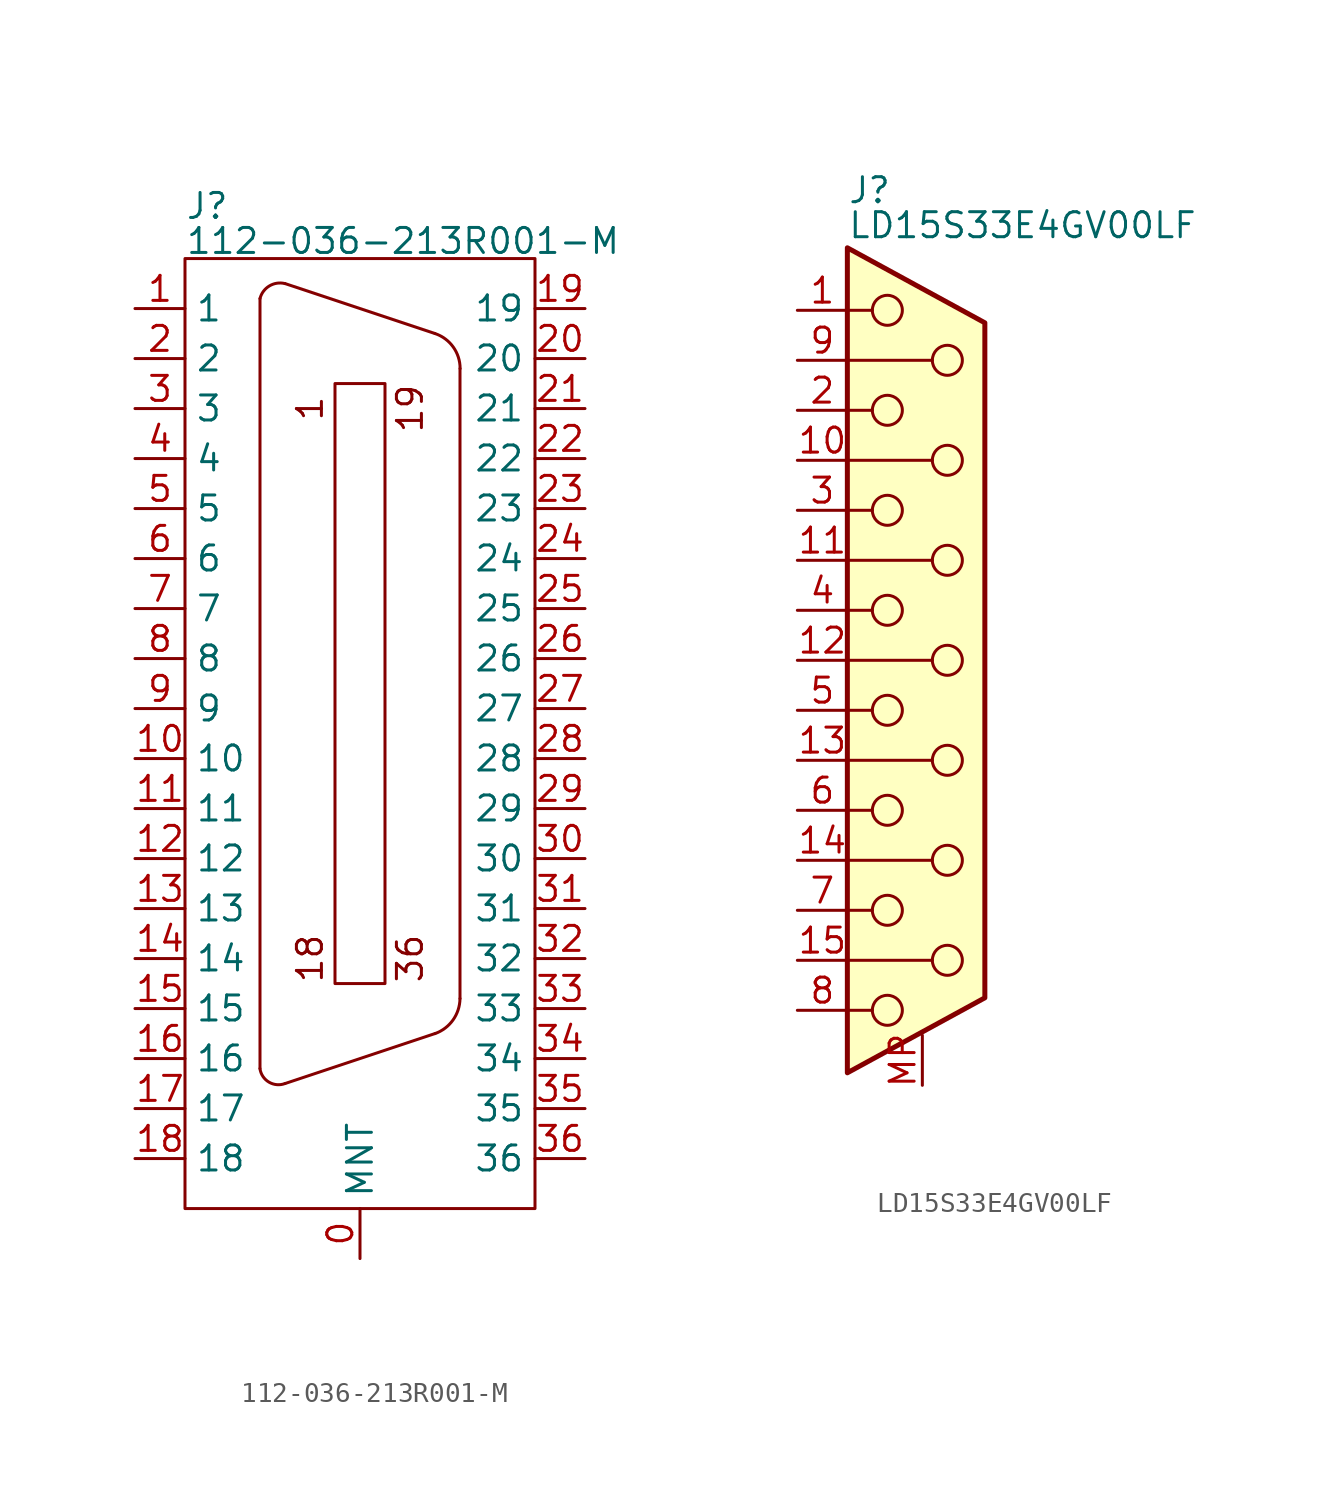
<source format=kicad_sym>
(kicad_symbol_lib
  (version 20231120)
  (generator "kicad_symbol_editor")
  (generator_version "8.0")
  (symbol "112-036-213R001-M"
    (property "Reference" "J"
      (at 3.81 2.667 0)
      (effects (font (size 1.27 1.27)) (justify left)))
    (property "Value" "112-036-213R001-M"
      (at 3.81 0.889 0)
      (effects (font (size 1.27 1.27)) (justify left)))
    (symbol "112-036-213R001-M_0_0"
      (pin passive line (at 12.7 -50.8 90) (length 2.54) (name "MNT" (effects (font (size 1.27 1.27)))) (number "0" (effects (font (size 1.27 1.27)))))
      (pin passive line (at 1.27 -2.54 0) (length 2.54) (name "1" (effects (font (size 1.27 1.27)))) (number "1" (effects (font (size 1.27 1.27)))))
      (pin passive line (at 1.27 -25.4 0) (length 2.54) (name "10" (effects (font (size 1.27 1.27)))) (number "10" (effects (font (size 1.27 1.27)))))
      (pin passive line (at 1.27 -27.94 0) (length 2.54) (name "11" (effects (font (size 1.27 1.27)))) (number "11" (effects (font (size 1.27 1.27)))))
      (pin passive line (at 1.27 -30.48 0) (length 2.54) (name "12" (effects (font (size 1.27 1.27)))) (number "12" (effects (font (size 1.27 1.27)))))
      (pin passive line (at 1.27 -33.02 0) (length 2.54) (name "13" (effects (font (size 1.27 1.27)))) (number "13" (effects (font (size 1.27 1.27)))))
      (pin passive line (at 1.27 -35.56 0) (length 2.54) (name "14" (effects (font (size 1.27 1.27)))) (number "14" (effects (font (size 1.27 1.27)))))
      (pin passive line (at 1.27 -38.1 0) (length 2.54) (name "15" (effects (font (size 1.27 1.27)))) (number "15" (effects (font (size 1.27 1.27)))))
      (pin passive line (at 1.27 -40.64 0) (length 2.54) (name "16" (effects (font (size 1.27 1.27)))) (number "16" (effects (font (size 1.27 1.27)))))
      (pin passive line (at 1.27 -43.18 0) (length 2.54) (name "17" (effects (font (size 1.27 1.27)))) (number "17" (effects (font (size 1.27 1.27)))))
      (pin passive line (at 1.27 -45.72 0) (length 2.54) (name "18" (effects (font (size 1.27 1.27)))) (number "18" (effects (font (size 1.27 1.27)))))
      (pin passive line (at 24.13 -2.54 180) (length 2.54) (name "19" (effects (font (size 1.27 1.27)))) (number "19" (effects (font (size 1.27 1.27)))))
      (pin passive line (at 1.27 -5.08 0) (length 2.54) (name "2" (effects (font (size 1.27 1.27)))) (number "2" (effects (font (size 1.27 1.27)))))
      (pin passive line (at 24.13 -5.08 180) (length 2.54) (name "20" (effects (font (size 1.27 1.27)))) (number "20" (effects (font (size 1.27 1.27)))))
      (pin passive line (at 24.13 -7.62 180) (length 2.54) (name "21" (effects (font (size 1.27 1.27)))) (number "21" (effects (font (size 1.27 1.27)))))
      (pin passive line (at 24.13 -10.16 180) (length 2.54) (name "22" (effects (font (size 1.27 1.27)))) (number "22" (effects (font (size 1.27 1.27)))))
      (pin passive line (at 24.13 -12.7 180) (length 2.54) (name "23" (effects (font (size 1.27 1.27)))) (number "23" (effects (font (size 1.27 1.27)))))
      (pin passive line (at 24.13 -15.24 180) (length 2.54) (name "24" (effects (font (size 1.27 1.27)))) (number "24" (effects (font (size 1.27 1.27)))))
      (pin passive line (at 24.13 -17.78 180) (length 2.54) (name "25" (effects (font (size 1.27 1.27)))) (number "25" (effects (font (size 1.27 1.27)))))
      (pin passive line (at 24.13 -20.32 180) (length 2.54) (name "26" (effects (font (size 1.27 1.27)))) (number "26" (effects (font (size 1.27 1.27)))))
      (pin passive line (at 24.13 -22.86 180) (length 2.54) (name "27" (effects (font (size 1.27 1.27)))) (number "27" (effects (font (size 1.27 1.27)))))
      (pin passive line (at 24.13 -25.4 180) (length 2.54) (name "28" (effects (font (size 1.27 1.27)))) (number "28" (effects (font (size 1.27 1.27)))))
      (pin passive line (at 24.13 -27.94 180) (length 2.54) (name "29" (effects (font (size 1.27 1.27)))) (number "29" (effects (font (size 1.27 1.27)))))
      (pin passive line (at 1.27 -7.62 0) (length 2.54) (name "3" (effects (font (size 1.27 1.27)))) (number "3" (effects (font (size 1.27 1.27)))))
      (pin passive line (at 24.13 -30.48 180) (length 2.54) (name "30" (effects (font (size 1.27 1.27)))) (number "30" (effects (font (size 1.27 1.27)))))
      (pin passive line (at 24.13 -33.02 180) (length 2.54) (name "31" (effects (font (size 1.27 1.27)))) (number "31" (effects (font (size 1.27 1.27)))))
      (pin passive line (at 24.13 -35.56 180) (length 2.54) (name "32" (effects (font (size 1.27 1.27)))) (number "32" (effects (font (size 1.27 1.27)))))
      (pin passive line (at 24.13 -38.1 180) (length 2.54) (name "33" (effects (font (size 1.27 1.27)))) (number "33" (effects (font (size 1.27 1.27)))))
      (pin passive line (at 24.13 -40.64 180) (length 2.54) (name "34" (effects (font (size 1.27 1.27)))) (number "34" (effects (font (size 1.27 1.27)))))
      (pin passive line (at 24.13 -43.18 180) (length 2.54) (name "35" (effects (font (size 1.27 1.27)))) (number "35" (effects (font (size 1.27 1.27)))))
      (pin passive line (at 24.13 -45.72 180) (length 2.54) (name "36" (effects (font (size 1.27 1.27)))) (number "36" (effects (font (size 1.27 1.27)))))
      (pin passive line (at 1.27 -10.16 0) (length 2.54) (name "4" (effects (font (size 1.27 1.27)))) (number "4" (effects (font (size 1.27 1.27)))))
      (pin passive line (at 1.27 -12.7 0) (length 2.54) (name "5" (effects (font (size 1.27 1.27)))) (number "5" (effects (font (size 1.27 1.27)))))
      (pin passive line (at 1.27 -15.24 0) (length 2.54) (name "6" (effects (font (size 1.27 1.27)))) (number "6" (effects (font (size 1.27 1.27)))))
      (pin passive line (at 1.27 -17.78 0) (length 2.54) (name "7" (effects (font (size 1.27 1.27)))) (number "7" (effects (font (size 1.27 1.27)))))
      (pin passive line (at 1.27 -20.32 0) (length 2.54) (name "8" (effects (font (size 1.27 1.27)))) (number "8" (effects (font (size 1.27 1.27)))))
      (pin passive line (at 1.27 -22.86 0) (length 2.54) (name "9" (effects (font (size 1.27 1.27)))) (number "9" (effects (font (size 1.27 1.27))))))
    (symbol "112-036-213R001-M_0_1"
      (polyline (pts (xy 7.62 -2.032) (xy 7.62 -41.148)) (stroke (width 0) (type default)) (fill (type none)))
      (polyline (pts (xy 8.89 -1.27) (xy 16.51 -3.81)) (stroke (width 0) (type default)) (fill (type none)))
      (polyline (pts (xy 16.51 -39.37) (xy 8.89 -41.91)) (stroke (width 0) (type default)) (fill (type none)))
      (polyline (pts (xy 17.78 -5.588) (xy 17.78 -37.592)) (stroke (width 0) (type default)) (fill (type none)))
      (rectangle (start 3.81 0) (end 21.59 -48.26) (stroke (width 0) (type default)) (fill (type none)))
      (arc (start 7.62 -41.148) (mid 8.0728 -41.8327) (end 8.89 -41.91) (stroke (width 0) (type default)) (fill (type none)))
      (arc (start 8.89 -1.27) (mid 8.0986 -1.3903) (end 7.62 -2.032) (stroke (width 0) (type default)) (fill (type none)))
      (rectangle (start 11.43 -6.35) (end 13.97 -36.83) (stroke (width 0) (type default)) (fill (type none)))
      (arc (start 16.51 -39.37) (mid 17.4237 -38.6801) (end 17.78 -37.592) (stroke (width 0) (type default)) (fill (type none)))
      (arc (start 17.78 -5.588) (mid 17.4324 -4.4937) (end 16.51 -3.81) (stroke (width 0) (type default)) (fill (type none)))
      (text "1" (at 10.16 -7.62 900) (effects (font (size 1.27 1.27))))
      (text "18" (at 10.16 -35.56 900) (effects (font (size 1.27 1.27))))
      (text "19" (at 15.24 -7.62 900) (effects (font (size 1.27 1.27))))
      (text "36" (at 15.24 -35.56 900) (effects (font (size 1.27 1.27))))))
  (symbol "LD15S33E4GV00LF"
    (property "Reference" "J"
      (at 0 3.556 0)
      (effects (font (size 1.27 1.27)) (justify left)))
    (property "Value" "LD15S33E4GV00LF"
      (at 0 1.778 0)
      (effects (font (size 1.27 1.27)) (justify left)))
    (symbol "LD15S33E4GV00LF_0_1"
      (polyline (pts (xy 0 -38.1) (xy 1.27 -38.1)) (stroke (width 0) (type default)) (fill (type none)))
      (polyline (pts (xy 0 -35.56) (xy 4.318 -35.56)) (stroke (width 0) (type default)) (fill (type none)))
      (polyline (pts (xy 0 -33.02) (xy 1.27 -33.02)) (stroke (width 0) (type default)) (fill (type none)))
      (polyline (pts (xy 0 -30.48) (xy 4.318 -30.48)) (stroke (width 0) (type default)) (fill (type none)))
      (polyline (pts (xy 0 -27.94) (xy 1.27 -27.94)) (stroke (width 0) (type default)) (fill (type none)))
      (polyline (pts (xy 0 -25.4) (xy 4.318 -25.4)) (stroke (width 0) (type default)) (fill (type none)))
      (polyline (pts (xy 0 -22.86) (xy 1.27 -22.86)) (stroke (width 0) (type default)) (fill (type none)))
      (polyline (pts (xy 0 -20.32) (xy 4.318 -20.32)) (stroke (width 0) (type default)) (fill (type none)))
      (polyline (pts (xy 0 -17.78) (xy 1.27 -17.78)) (stroke (width 0) (type default)) (fill (type none)))
      (polyline (pts (xy 0 -15.24) (xy 4.318 -15.24)) (stroke (width 0) (type default)) (fill (type none)))
      (polyline (pts (xy 0 -12.7) (xy 1.27 -12.7)) (stroke (width 0) (type default)) (fill (type none)))
      (polyline (pts (xy 0 -10.16) (xy 4.318 -10.16)) (stroke (width 0) (type default)) (fill (type none)))
      (polyline (pts (xy 0 -7.62) (xy 1.27 -7.62)) (stroke (width 0) (type default)) (fill (type none)))
      (polyline (pts (xy 0 -5.08) (xy 4.318 -5.08)) (stroke (width 0) (type default)) (fill (type none)))
      (polyline (pts (xy 0 -2.54) (xy 1.27 -2.54)) (stroke (width 0) (type default)) (fill (type none)))
      (polyline (pts (xy 0 0.635) (xy 6.985 -3.175) (xy 6.985 -37.465) (xy 0 -41.275) (xy 0 0.635)) (stroke (width 0.254) (type default)) (fill (type background)))
      (circle (center 2.032 -38.1) (radius 0.762) (stroke (width 0) (type default)) (fill (type none)))
      (circle (center 2.032 -33.02) (radius 0.762) (stroke (width 0) (type default)) (fill (type none)))
      (circle (center 2.032 -27.94) (radius 0.762) (stroke (width 0) (type default)) (fill (type none)))
      (circle (center 2.032 -22.86) (radius 0.762) (stroke (width 0) (type default)) (fill (type none)))
      (circle (center 2.032 -17.78) (radius 0.762) (stroke (width 0) (type default)) (fill (type none)))
      (circle (center 2.032 -12.7) (radius 0.762) (stroke (width 0) (type default)) (fill (type none)))
      (circle (center 2.032 -7.62) (radius 0.762) (stroke (width 0) (type default)) (fill (type none)))
      (circle (center 2.032 -2.54) (radius 0.762) (stroke (width 0) (type default)) (fill (type none)))
      (circle (center 5.08 -35.56) (radius 0.762) (stroke (width 0) (type default)) (fill (type none)))
      (circle (center 5.08 -30.48) (radius 0.762) (stroke (width 0) (type default)) (fill (type none)))
      (circle (center 5.08 -25.4) (radius 0.762) (stroke (width 0) (type default)) (fill (type none)))
      (circle (center 5.08 -20.32) (radius 0.762) (stroke (width 0) (type default)) (fill (type none)))
      (circle (center 5.08 -15.24) (radius 0.762) (stroke (width 0) (type default)) (fill (type none)))
      (circle (center 5.08 -10.16) (radius 0.762) (stroke (width 0) (type default)) (fill (type none)))
      (circle (center 5.08 -5.08) (radius 0.762) (stroke (width 0) (type default)) (fill (type none))))
    (symbol "LD15S33E4GV00LF_1_1"
      (pin passive line (at -2.54 -2.54 0) (length 2.54) (name "1" (effects (font (size 0 0)))) (number "1" (effects (font (size 1.27 1.27)))))
      (pin passive line (at -2.54 -10.16 0) (length 2.54) (name "P10" (effects (font (size 0 0)))) (number "10" (effects (font (size 1.27 1.27)))))
      (pin passive line (at -2.54 -15.24 0) (length 2.54) (name "P111" (effects (font (size 0 0)))) (number "11" (effects (font (size 1.27 1.27)))))
      (pin passive line (at -2.54 -20.32 0) (length 2.54) (name "P12" (effects (font (size 0 0)))) (number "12" (effects (font (size 1.27 1.27)))))
      (pin passive line (at -2.54 -25.4 0) (length 2.54) (name "P13" (effects (font (size 0 0)))) (number "13" (effects (font (size 1.27 1.27)))))
      (pin passive line (at -2.54 -30.48 0) (length 2.54) (name "P14" (effects (font (size 0 0)))) (number "14" (effects (font (size 1.27 1.27)))))
      (pin passive line (at -2.54 -35.56 0) (length 2.54) (name "P15" (effects (font (size 0 0)))) (number "15" (effects (font (size 1.27 1.27)))))
      (pin passive line (at -2.54 -7.62 0) (length 2.54) (name "2" (effects (font (size 0 0)))) (number "2" (effects (font (size 1.27 1.27)))))
      (pin passive line (at -2.54 -12.7 0) (length 2.54) (name "3" (effects (font (size 0 0)))) (number "3" (effects (font (size 1.27 1.27)))))
      (pin passive line (at -2.54 -17.78 0) (length 2.54) (name "4" (effects (font (size 0 0)))) (number "4" (effects (font (size 1.27 1.27)))))
      (pin passive line (at -2.54 -22.86 0) (length 2.54) (name "5" (effects (font (size 0 0)))) (number "5" (effects (font (size 1.27 1.27)))))
      (pin passive line (at -2.54 -27.94 0) (length 2.54) (name "6" (effects (font (size 0 0)))) (number "6" (effects (font (size 1.27 1.27)))))
      (pin passive line (at -2.54 -33.02 0) (length 2.54) (name "7" (effects (font (size 0 0)))) (number "7" (effects (font (size 1.27 1.27)))))
      (pin passive line (at -2.54 -38.1 0) (length 2.54) (name "8" (effects (font (size 0 0)))) (number "8" (effects (font (size 1.27 1.27)))))
      (pin passive line (at -2.54 -5.08 0) (length 2.54) (name "P9" (effects (font (size 0 0)))) (number "9" (effects (font (size 1.27 1.27)))))
      (pin passive line (at 3.81 -41.91 90) (length 2.54) (name "Mount" (effects (font (size 0 0)))) (number "MP" (effects (font (size 1.27 1.27))))))))
</source>
